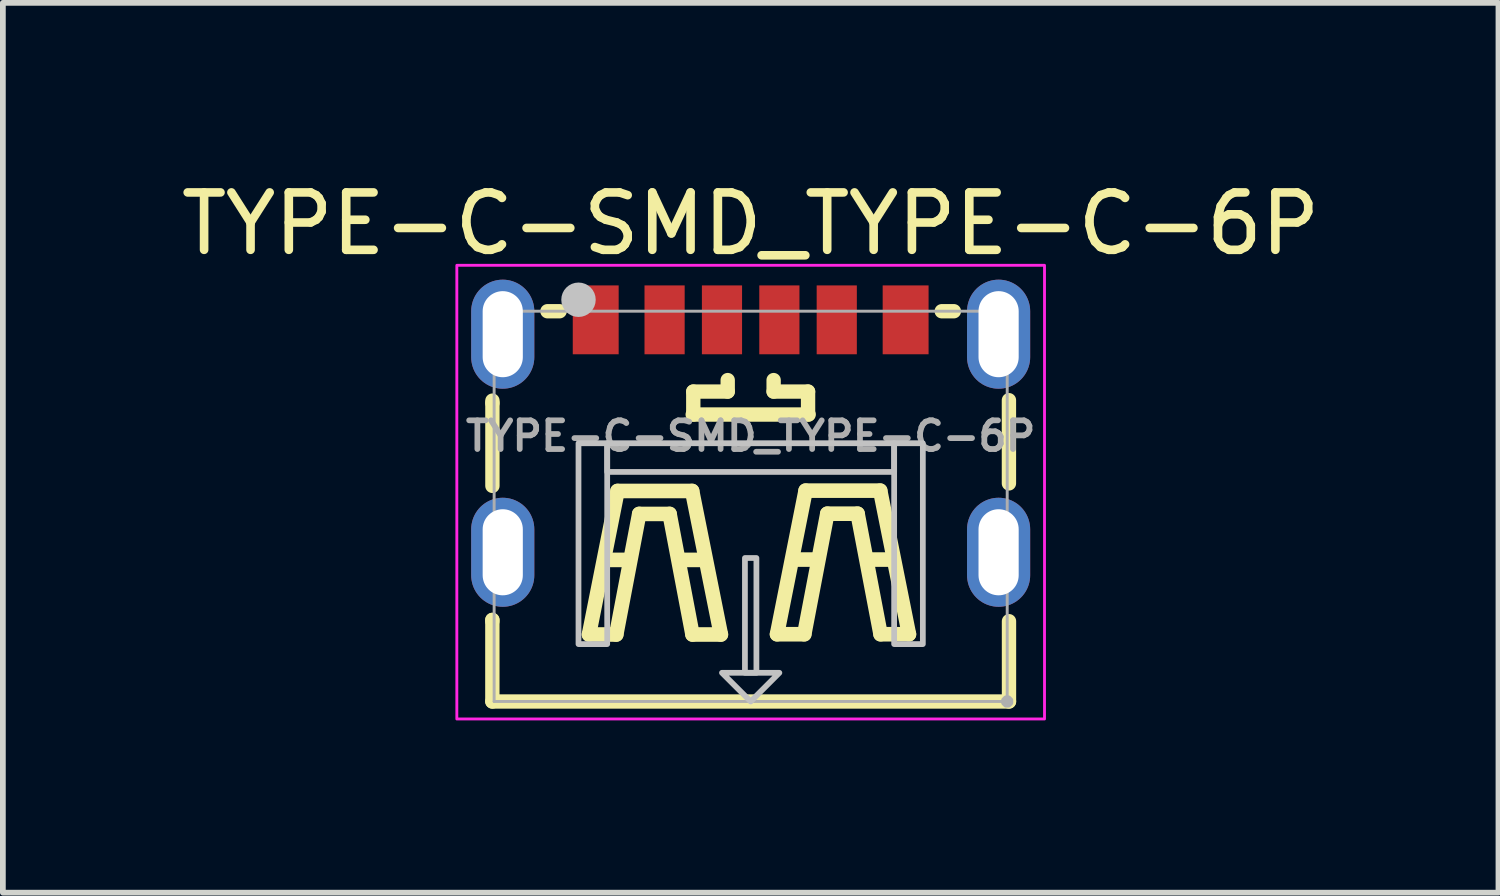
<source format=kicad_pcb>
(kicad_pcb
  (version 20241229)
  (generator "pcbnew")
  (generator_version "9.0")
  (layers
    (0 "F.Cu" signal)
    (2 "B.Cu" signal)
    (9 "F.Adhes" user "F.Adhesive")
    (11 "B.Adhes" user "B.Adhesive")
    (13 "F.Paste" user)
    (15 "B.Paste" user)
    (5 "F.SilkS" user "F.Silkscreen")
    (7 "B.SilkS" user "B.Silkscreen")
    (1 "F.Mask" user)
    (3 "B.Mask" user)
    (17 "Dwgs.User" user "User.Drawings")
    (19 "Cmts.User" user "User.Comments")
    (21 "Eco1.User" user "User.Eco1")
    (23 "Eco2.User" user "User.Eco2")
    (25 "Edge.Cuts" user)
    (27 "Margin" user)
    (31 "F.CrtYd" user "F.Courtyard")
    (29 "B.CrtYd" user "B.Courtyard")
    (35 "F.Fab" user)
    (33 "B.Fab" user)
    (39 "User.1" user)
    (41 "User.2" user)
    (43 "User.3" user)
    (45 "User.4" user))
  (footprint "TYPE-C-SMD_TYPE-C-6P"
    (layer "F.Cu")
    (at 10.03 4.548)
    (property "Reference" "TYPE-C-SMD_TYPE-C-6P" (at 0 -3.7 180) (layer "F.SilkS") (effects (font (size 1 1) (thickness 0.15))))
    (fp_line (start -4.501 3.204) (end -4.501 4.625) (stroke (width 0.25) (type default)) (layer "F.SilkS"))
    (fp_line (start -4.501 3.226) (end -4.501 3.204) (stroke (width 0.25) (type default)) (layer "F.SilkS"))
    (fp_line (start -4.501 4.625) (end 4.501 4.625) (stroke (width 0.25) (type default)) (layer "F.SilkS"))
    (fp_line (start -4.5 -0.575) (end -4.5 -0.617) (stroke (width 0.25) (type default)) (layer "F.SilkS"))
    (fp_line (start -4.5 -0.575) (end -4.5 0.868) (stroke (width 0.25) (type default)) (layer "F.SilkS"))
    (fp_line (start -3.541 -2.175) (end -3.329 -2.175) (stroke (width 0.25) (type default)) (layer "F.SilkS"))
    (fp_line (start -2.817 3.458) (end -2.32 0.957) (stroke (width 0.254) (type default)) (layer "F.SilkS"))
    (fp_line (start -2.518 2.158) (end -2.119 2.158) (stroke (width 0.254) (type default)) (layer "F.SilkS"))
    (fp_line (start -2.342 3.458) (end -2.817 3.458) (stroke (width 0.254) (type default)) (layer "F.SilkS"))
    (fp_line (start -2.32 0.957) (end -1.02 0.957) (stroke (width 0.254) (type default)) (layer "F.SilkS"))
    (fp_line (start -1.942 1.357) (end -2.342 3.458) (stroke (width 0.254) (type default)) (layer "F.SilkS"))
    (fp_line (start -1.413 1.357) (end -1.942 1.357) (stroke (width 0.254) (type default)) (layer "F.SilkS"))
    (fp_line (start -1.218 2.158) (end -0.819 2.158) (stroke (width 0.254) (type default)) (layer "F.SilkS"))
    (fp_line (start -1.02 0.957) (end -0.519 3.458) (stroke (width 0.254) (type default)) (layer "F.SilkS"))
    (fp_line (start -1.014 3.458) (end -1.413 1.357) (stroke (width 0.254) (type default)) (layer "F.SilkS"))
    (fp_line (start -1.01 -0.375) (end 1.01 -0.375) (stroke (width 0.25) (type default)) (layer "F.SilkS"))
    (fp_line (start -1 -0.775) (end -0.4 -0.775) (stroke (width 0.25) (type default)) (layer "F.SilkS"))
    (fp_line (start -1 -0.375) (end -1 -0.775) (stroke (width 0.25) (type default)) (layer "F.SilkS"))
    (fp_line (start -0.519 3.458) (end -1.014 3.458) (stroke (width 0.254) (type default)) (layer "F.SilkS"))
    (fp_line (start -0.4 -0.775) (end -0.4 -0.975) (stroke (width 0.25) (type default)) (layer "F.SilkS"))
    (fp_line (start 0.4 -0.775) (end 0.4 -0.975) (stroke (width 0.25) (type default)) (layer "F.SilkS"))
    (fp_line (start 0.459 3.453) (end 0.957 0.951) (stroke (width 0.254) (type default)) (layer "F.SilkS"))
    (fp_line (start 0.759 2.152) (end 1.157 2.152) (stroke (width 0.254) (type default)) (layer "F.SilkS"))
    (fp_line (start 0.934 3.453) (end 0.459 3.453) (stroke (width 0.254) (type default)) (layer "F.SilkS"))
    (fp_line (start 0.957 0.951) (end 2.257 0.951) (stroke (width 0.254) (type default)) (layer "F.SilkS"))
    (fp_line (start 1 -0.775) (end 0.4 -0.775) (stroke (width 0.25) (type default)) (layer "F.SilkS"))
    (fp_line (start 1 -0.375) (end 1 -0.775) (stroke (width 0.25) (type default)) (layer "F.SilkS"))
    (fp_line (start 1.335 1.353) (end 0.934 3.453) (stroke (width 0.254) (type default)) (layer "F.SilkS"))
    (fp_line (start 1.863 1.353) (end 1.335 1.353) (stroke (width 0.254) (type default)) (layer "F.SilkS"))
    (fp_line (start 2.058 2.152) (end 2.458 2.152) (stroke (width 0.254) (type default)) (layer "F.SilkS"))
    (fp_line (start 2.257 0.951) (end 2.758 3.453) (stroke (width 0.254) (type default)) (layer "F.SilkS"))
    (fp_line (start 2.263 3.453) (end 1.863 1.353) (stroke (width 0.254) (type default)) (layer "F.SilkS"))
    (fp_line (start 2.758 3.453) (end 2.263 3.453) (stroke (width 0.254) (type default)) (layer "F.SilkS"))
    (fp_line (start 3.329 -2.175) (end 3.541 -2.175) (stroke (width 0.25) (type default)) (layer "F.SilkS"))
    (fp_line (start 4.5 0.825) (end 4.5 -0.625) (stroke (width 0.25) (type default)) (layer "F.SilkS"))
    (fp_line (start 4.501 4.625) (end 4.501 3.226) (stroke (width 0.25) (type default)) (layer "F.SilkS"))
    (fp_poly (pts (xy -3.1 -2.4) (xy -2.3 -2.4) (xy -2.3 -1.4) (xy -3.1 -1.4)) (stroke (width 0) (type default)) (fill yes) (layer "F.Paste"))
    (fp_poly (pts (xy -1.85 -2.4) (xy -1.15 -2.4) (xy -1.15 -1.4) (xy -1.85 -1.4)) (stroke (width 0) (type default)) (fill yes) (layer "F.Paste"))
    (fp_poly (pts (xy -0.85 -2.4) (xy -0.15 -2.4) (xy -0.15 -1.4) (xy -0.85 -1.4)) (stroke (width 0) (type default)) (fill yes) (layer "F.Paste"))
    (fp_poly (pts (xy 0.15 -2.4) (xy 0.85 -2.4) (xy 0.85 -1.4) (xy 0.15 -1.4)) (stroke (width 0) (type default)) (fill yes) (layer "F.Paste"))
    (fp_poly (pts (xy 1.15 -2.4) (xy 1.85 -2.4) (xy 1.85 -1.4) (xy 1.15 -1.4)) (stroke (width 0) (type default)) (fill yes) (layer "F.Paste"))
    (fp_poly (pts (xy 2.3 -2.4) (xy 3.1 -2.4) (xy 3.1 -1.4) (xy 2.3 -1.4)) (stroke (width 0) (type default)) (fill yes) (layer "F.Paste"))
    (fp_poly (pts (xy -4.279 -2.724) (xy -4.306 -2.725) (xy -4.333 -2.725) (xy -4.361 -2.724) (xy -4.388 -2.721) (xy -4.415 -2.716) (xy -4.442 -2.712) (xy -4.469 -2.704) (xy -4.495 -2.696) (xy -4.521 -2.687) (xy -4.546 -2.676) (xy -4.571 -2.664) (xy -4.595 -2.651) (xy -4.619 -2.637) (xy -4.641 -2.622) (xy -4.663 -2.605) (xy -4.684 -2.587) (xy -4.704 -2.569) (xy -4.723 -2.549) (xy -4.741 -2.529) (xy -4.758 -2.507) (xy -4.774 -2.485) (xy -4.789 -2.462) (xy -4.803 -2.438) (xy -4.816 -2.413) (xy -4.827 -2.389) (xy -4.837 -2.363) (xy -4.846 -2.337) (xy -4.853 -2.311) (xy -4.859 -2.284) (xy -4.864 -2.257) (xy -4.867 -2.23) (xy -4.869 -2.203) (xy -4.87 -2.175) (xy -4.87 -1.375) (xy -4.869 -1.347) (xy -4.867 -1.321) (xy -4.864 -1.293) (xy -4.859 -1.266) (xy -4.853 -1.24) (xy -4.846 -1.213) (xy -4.837 -1.187) (xy -4.827 -1.161) (xy -4.816 -1.137) (xy -4.803 -1.112) (xy -4.789 -1.089) (xy -4.774 -1.065) (xy -4.758 -1.043) (xy -4.741 -1.022) (xy -4.723 -1.001) (xy -4.704 -0.982) (xy -4.684 -0.963) (xy -4.663 -0.945) (xy -4.641 -0.928) (xy -4.619 -0.913) (xy -4.595 -0.899) (xy -4.571 -0.885) (xy -4.546 -0.874) (xy -4.521 -0.863) (xy -4.495 -0.854) (xy -4.469 -0.846) (xy -4.442 -0.839) (xy -4.415 -0.834) (xy -4.388 -0.83) (xy -4.361 -0.827) (xy -4.333 -0.825) (xy -4.306 -0.825) (xy -4.279 -0.827) (xy -4.252 -0.83) (xy -4.224 -0.834) (xy -4.197 -0.839) (xy -4.171 -0.846) (xy -4.144 -0.854) (xy -4.119 -0.863) (xy -4.093 -0.874) (xy -4.069 -0.885) (xy -4.045 -0.899) (xy -4.021 -0.913) (xy -3.999 -0.928) (xy -3.977 -0.945) (xy -3.956 -0.963) (xy -3.936 -0.982) (xy -3.917 -1.001) (xy -3.898 -1.022) (xy -3.881 -1.043) (xy -3.865 -1.065) (xy -3.85 -1.089) (xy -3.837 -1.112) (xy -3.825 -1.137) (xy -3.813 -1.161) (xy -3.803 -1.187) (xy -3.795 -1.213) (xy -3.787 -1.24) (xy -3.781 -1.266) (xy -3.776 -1.293) (xy -3.772 -1.321) (xy -3.771 -1.347) (xy -3.77 -1.375) (xy -3.77 -2.175) (xy -3.771 -2.203) (xy -3.772 -2.23) (xy -3.776 -2.257) (xy -3.781 -2.284) (xy -3.787 -2.311) (xy -3.795 -2.337) (xy -3.803 -2.363) (xy -3.813 -2.389) (xy -3.825 -2.413) (xy -3.837 -2.438) (xy -3.85 -2.462) (xy -3.865 -2.485) (xy -3.881 -2.507) (xy -3.898 -2.529) (xy -3.917 -2.549) (xy -3.936 -2.569) (xy -3.956 -2.587) (xy -3.977 -2.605) (xy -3.999 -2.622) (xy -4.021 -2.637) (xy -4.045 -2.651) (xy -4.069 -2.664) (xy -4.093 -2.676) (xy -4.119 -2.687) (xy -4.144 -2.696) (xy -4.171 -2.704) (xy -4.197 -2.712) (xy -4.224 -2.716) (xy -4.252 -2.721)) (stroke (width 0) (type default)) (fill yes) (layer "F.Paste"))
    (fp_poly (pts (xy -4.279 1.077) (xy -4.306 1.075) (xy -4.333 1.075) (xy -4.361 1.077) (xy -4.388 1.079) (xy -4.415 1.083) (xy -4.442 1.089) (xy -4.469 1.095) (xy -4.495 1.103) (xy -4.521 1.113) (xy -4.546 1.123) (xy -4.571 1.135) (xy -4.595 1.149) (xy -4.619 1.163) (xy -4.641 1.179) (xy -4.663 1.195) (xy -4.684 1.212) (xy -4.704 1.232) (xy -4.723 1.251) (xy -4.741 1.272) (xy -4.758 1.293) (xy -4.774 1.315) (xy -4.789 1.338) (xy -4.803 1.362) (xy -4.816 1.387) (xy -4.827 1.411) (xy -4.837 1.437) (xy -4.846 1.463) (xy -4.853 1.49) (xy -4.859 1.516) (xy -4.864 1.543) (xy -4.867 1.571) (xy -4.869 1.597) (xy -4.87 1.625) (xy -4.87 2.425) (xy -4.869 2.453) (xy -4.867 2.48) (xy -4.864 2.507) (xy -4.859 2.534) (xy -4.853 2.561) (xy -4.846 2.587) (xy -4.837 2.613) (xy -4.827 2.639) (xy -4.816 2.663) (xy -4.803 2.688) (xy -4.789 2.712) (xy -4.774 2.735) (xy -4.758 2.757) (xy -4.741 2.779) (xy -4.723 2.799) (xy -4.704 2.818) (xy -4.684 2.837) (xy -4.663 2.855) (xy -4.641 2.872) (xy -4.619 2.887) (xy -4.595 2.901) (xy -4.571 2.914) (xy -4.546 2.926) (xy -4.521 2.937) (xy -4.495 2.946) (xy -4.469 2.954) (xy -4.442 2.961) (xy -4.415 2.966) (xy -4.388 2.971) (xy -4.361 2.974) (xy -4.333 2.975) (xy -4.306 2.975) (xy -4.279 2.974) (xy -4.252 2.971) (xy -4.224 2.966) (xy -4.197 2.961) (xy -4.171 2.954) (xy -4.144 2.946) (xy -4.119 2.937) (xy -4.093 2.926) (xy -4.069 2.914) (xy -4.045 2.901) (xy -4.021 2.887) (xy -3.999 2.872) (xy -3.977 2.855) (xy -3.956 2.837) (xy -3.936 2.818) (xy -3.917 2.799) (xy -3.898 2.779) (xy -3.881 2.757) (xy -3.865 2.735) (xy -3.85 2.712) (xy -3.837 2.688) (xy -3.825 2.663) (xy -3.813 2.639) (xy -3.803 2.613) (xy -3.795 2.587) (xy -3.787 2.561) (xy -3.781 2.534) (xy -3.776 2.507) (xy -3.772 2.48) (xy -3.771 2.453) (xy -3.77 2.425) (xy -3.77 1.625) (xy -3.771 1.597) (xy -3.772 1.571) (xy -3.776 1.543) (xy -3.781 1.516) (xy -3.787 1.49) (xy -3.795 1.463) (xy -3.803 1.437) (xy -3.813 1.411) (xy -3.825 1.387) (xy -3.837 1.362) (xy -3.85 1.338) (xy -3.865 1.315) (xy -3.881 1.293) (xy -3.898 1.272) (xy -3.917 1.251) (xy -3.936 1.232) (xy -3.956 1.212) (xy -3.977 1.195) (xy -3.999 1.179) (xy -4.021 1.163) (xy -4.045 1.149) (xy -4.069 1.135) (xy -4.093 1.123) (xy -4.119 1.113) (xy -4.144 1.103) (xy -4.171 1.095) (xy -4.197 1.089) (xy -4.224 1.083) (xy -4.252 1.079)) (stroke (width 0) (type default)) (fill yes) (layer "F.Paste"))
    (fp_poly (pts (xy 4.361 -2.724) (xy 4.333 -2.725) (xy 4.306 -2.725) (xy 4.279 -2.724) (xy 4.252 -2.721) (xy 4.224 -2.716) (xy 4.197 -2.712) (xy 4.171 -2.704) (xy 4.144 -2.696) (xy 4.119 -2.687) (xy 4.093 -2.676) (xy 4.069 -2.664) (xy 4.045 -2.651) (xy 4.021 -2.637) (xy 3.999 -2.622) (xy 3.977 -2.605) (xy 3.956 -2.587) (xy 3.936 -2.569) (xy 3.917 -2.549) (xy 3.898 -2.529) (xy 3.881 -2.507) (xy 3.865 -2.485) (xy 3.85 -2.462) (xy 3.837 -2.438) (xy 3.825 -2.413) (xy 3.813 -2.389) (xy 3.803 -2.363) (xy 3.795 -2.337) (xy 3.787 -2.311) (xy 3.781 -2.284) (xy 3.776 -2.257) (xy 3.772 -2.23) (xy 3.771 -2.203) (xy 3.77 -2.175) (xy 3.77 -1.375) (xy 3.771 -1.347) (xy 3.772 -1.321) (xy 3.776 -1.293) (xy 3.781 -1.266) (xy 3.787 -1.24) (xy 3.795 -1.213) (xy 3.803 -1.187) (xy 3.813 -1.161) (xy 3.825 -1.137) (xy 3.837 -1.112) (xy 3.85 -1.089) (xy 3.865 -1.065) (xy 3.881 -1.043) (xy 3.898 -1.022) (xy 3.917 -1.001) (xy 3.936 -0.982) (xy 3.956 -0.963) (xy 3.977 -0.945) (xy 3.999 -0.928) (xy 4.021 -0.913) (xy 4.045 -0.899) (xy 4.069 -0.885) (xy 4.093 -0.874) (xy 4.119 -0.863) (xy 4.144 -0.854) (xy 4.171 -0.846) (xy 4.197 -0.839) (xy 4.224 -0.834) (xy 4.252 -0.83) (xy 4.279 -0.827) (xy 4.306 -0.825) (xy 4.333 -0.825) (xy 4.361 -0.827) (xy 4.388 -0.83) (xy 4.415 -0.834) (xy 4.442 -0.839) (xy 4.469 -0.846) (xy 4.495 -0.854) (xy 4.521 -0.863) (xy 4.546 -0.874) (xy 4.571 -0.885) (xy 4.595 -0.899) (xy 4.619 -0.913) (xy 4.641 -0.928) (xy 4.663 -0.945) (xy 4.684 -0.963) (xy 4.704 -0.982) (xy 4.723 -1.001) (xy 4.741 -1.022) (xy 4.758 -1.043) (xy 4.774 -1.065) (xy 4.789 -1.089) (xy 4.803 -1.112) (xy 4.816 -1.137) (xy 4.827 -1.161) (xy 4.837 -1.187) (xy 4.846 -1.213) (xy 4.853 -1.24) (xy 4.859 -1.266) (xy 4.864 -1.293) (xy 4.867 -1.321) (xy 4.869 -1.347) (xy 4.87 -1.375) (xy 4.87 -2.175) (xy 4.869 -2.203) (xy 4.867 -2.23) (xy 4.864 -2.257) (xy 4.859 -2.284) (xy 4.853 -2.311) (xy 4.846 -2.337) (xy 4.837 -2.363) (xy 4.827 -2.389) (xy 4.816 -2.413) (xy 4.803 -2.438) (xy 4.789 -2.462) (xy 4.774 -2.485) (xy 4.758 -2.507) (xy 4.741 -2.529) (xy 4.723 -2.549) (xy 4.704 -2.569) (xy 4.684 -2.587) (xy 4.663 -2.605) (xy 4.641 -2.622) (xy 4.619 -2.637) (xy 4.595 -2.651) (xy 4.571 -2.664) (xy 4.546 -2.676) (xy 4.521 -2.687) (xy 4.495 -2.696) (xy 4.469 -2.704) (xy 4.442 -2.712) (xy 4.415 -2.716) (xy 4.388 -2.721)) (stroke (width 0) (type default)) (fill yes) (layer "F.Paste"))
    (fp_poly (pts (xy 4.361 1.077) (xy 4.333 1.075) (xy 4.306 1.075) (xy 4.279 1.077) (xy 4.252 1.079) (xy 4.224 1.083) (xy 4.197 1.089) (xy 4.171 1.095) (xy 4.144 1.103) (xy 4.119 1.113) (xy 4.093 1.123) (xy 4.069 1.135) (xy 4.045 1.149) (xy 4.021 1.163) (xy 3.999 1.179) (xy 3.977 1.195) (xy 3.956 1.212) (xy 3.936 1.232) (xy 3.917 1.251) (xy 3.898 1.272) (xy 3.881 1.293) (xy 3.865 1.315) (xy 3.85 1.338) (xy 3.837 1.362) (xy 3.825 1.387) (xy 3.813 1.411) (xy 3.803 1.437) (xy 3.795 1.463) (xy 3.787 1.49) (xy 3.781 1.516) (xy 3.776 1.543) (xy 3.772 1.571) (xy 3.771 1.597) (xy 3.77 1.625) (xy 3.77 2.425) (xy 3.771 2.453) (xy 3.772 2.48) (xy 3.776 2.507) (xy 3.781 2.534) (xy 3.787 2.561) (xy 3.795 2.587) (xy 3.803 2.613) (xy 3.813 2.639) (xy 3.825 2.663) (xy 3.837 2.688) (xy 3.85 2.712) (xy 3.865 2.735) (xy 3.881 2.757) (xy 3.898 2.779) (xy 3.917 2.799) (xy 3.936 2.818) (xy 3.956 2.837) (xy 3.977 2.855) (xy 3.999 2.872) (xy 4.021 2.887) (xy 4.045 2.901) (xy 4.069 2.914) (xy 4.093 2.926) (xy 4.119 2.937) (xy 4.144 2.946) (xy 4.171 2.954) (xy 4.197 2.961) (xy 4.224 2.966) (xy 4.252 2.971) (xy 4.279 2.974) (xy 4.306 2.975) (xy 4.333 2.975) (xy 4.361 2.974) (xy 4.388 2.971) (xy 4.415 2.966) (xy 4.442 2.961) (xy 4.469 2.954) (xy 4.495 2.946) (xy 4.521 2.937) (xy 4.546 2.926) (xy 4.571 2.914) (xy 4.595 2.901) (xy 4.619 2.887) (xy 4.641 2.872) (xy 4.663 2.855) (xy 4.684 2.837) (xy 4.704 2.818) (xy 4.723 2.799) (xy 4.741 2.779) (xy 4.758 2.757) (xy 4.774 2.735) (xy 4.789 2.712) (xy 4.803 2.688) (xy 4.816 2.663) (xy 4.827 2.639) (xy 4.837 2.613) (xy 4.846 2.587) (xy 4.853 2.561) (xy 4.859 2.534) (xy 4.864 2.507) (xy 4.867 2.48) (xy 4.869 2.453) (xy 4.87 2.425) (xy 4.87 1.625) (xy 4.869 1.597) (xy 4.867 1.571) (xy 4.864 1.543) (xy 4.859 1.516) (xy 4.853 1.49) (xy 4.846 1.463) (xy 4.837 1.437) (xy 4.827 1.411) (xy 4.816 1.387) (xy 4.803 1.362) (xy 4.789 1.338) (xy 4.774 1.315) (xy 4.758 1.293) (xy 4.741 1.272) (xy 4.723 1.251) (xy 4.704 1.232) (xy 4.684 1.212) (xy 4.663 1.195) (xy 4.641 1.179) (xy 4.619 1.163) (xy 4.595 1.149) (xy 4.571 1.135) (xy 4.546 1.123) (xy 4.521 1.113) (xy 4.495 1.103) (xy 4.469 1.095) (xy 4.442 1.089) (xy 4.415 1.083) (xy 4.388 1.079)) (stroke (width 0) (type default)) (fill yes) (layer "F.Paste"))
    (fp_circle (center -3 -2.375) (end -2.85 -2.375) (stroke (width 0.3) (type default)) (fill no) (layer "Dwgs.User"))
    (fp_poly (pts (xy -0.5 4.125) (xy 0.5 4.125) (xy 0 4.625)) (stroke (width 0.1) (type default)) (fill no) (layer "Dwgs.User"))
    (fp_poly (pts (xy -3 3.625) (xy -3 0.125) (xy -2.5 0.125) (xy -2.5 3.625)) (stroke (width 0.1) (type default)) (fill no) (layer "Dwgs.User"))
    (fp_poly (pts (xy -2.5 0.125) (xy 2.5 0.125) (xy 2.5 0.625) (xy -2.5 0.625)) (stroke (width 0.1) (type default)) (fill no) (layer "Dwgs.User"))
    (fp_poly (pts (xy 3 3.625) (xy 3 0.125) (xy 2.5 0.125) (xy 2.5 3.625)) (stroke (width 0.1) (type default)) (fill no) (layer "Dwgs.User"))
    (fp_poly (pts (xy 0 4.125) (xy -0.1 4.125) (xy -0.1 2.125) (xy 0.1 2.125) (xy 0.1 4.125)) (stroke (width 0.1) (type default)) (fill no) (layer "Dwgs.User"))
    (fp_rect (start -5.12 -2.975) (end 5.12 4.93) (stroke (width 0.05) (type default)) (fill no) (layer "F.CrtYd"))
    (fp_line (start -4.47 -2.175) (end 4.47 -2.175) (stroke (width 0.051) (type default)) (layer "F.Fab"))
    (fp_line (start -4.47 4.625) (end -4.47 -2.175) (stroke (width 0.051) (type default)) (layer "F.Fab"))
    (fp_line (start 4.47 -2.175) (end 4.47 4.625) (stroke (width 0.051) (type default)) (layer "F.Fab"))
    (fp_line (start 4.47 4.625) (end -4.47 4.625) (stroke (width 0.051) (type default)) (layer "F.Fab"))
    (fp_poly (pts (xy 4.525 4.602) (xy 4.493 4.57) (xy 4.447 4.57) (xy 4.415 4.602) (xy 4.415 4.648) (xy 4.447 4.68) (xy 4.493 4.68) (xy 4.525 4.648)) (stroke (width 0.1) (type default)) (fill no) (layer "F.Fab"))
    (fp_poly (pts (xy -4.47 -2.175) (xy -4.17 -2.175) (xy -4.17 -1.375) (xy -4.47 -1.375)) (stroke (width 0.1) (type default)) (fill no) (layer "User.1"))
    (fp_poly (pts (xy -4.47 1.625) (xy -4.17 1.625) (xy -4.17 2.425) (xy -4.47 2.425)) (stroke (width 0.1) (type default)) (fill no) (layer "User.1"))
    (fp_poly (pts (xy -3 -2.15) (xy -2.4 -2.15) (xy -2.4 -1.4) (xy -3 -1.4)) (stroke (width 0.1) (type default)) (fill no) (layer "User.1"))
    (fp_poly (pts (xy -1.78 -2.15) (xy -1.22 -2.15) (xy -1.22 -1.4) (xy -1.78 -1.4)) (stroke (width 0.1) (type default)) (fill no) (layer "User.1"))
    (fp_poly (pts (xy -0.76 -2.15) (xy -0.24 -2.15) (xy -0.24 -1.4) (xy -0.76 -1.4)) (stroke (width 0.1) (type default)) (fill no) (layer "User.1"))
    (fp_poly (pts (xy 0.24 -2.15) (xy 0.76 -2.15) (xy 0.76 -1.4) (xy 0.24 -1.4)) (stroke (width 0.1) (type default)) (fill no) (layer "User.1"))
    (fp_poly (pts (xy 1.22 -2.15) (xy 1.78 -2.15) (xy 1.78 -1.4) (xy 1.22 -1.4)) (stroke (width 0.1) (type default)) (fill no) (layer "User.1"))
    (fp_poly (pts (xy 2.4 -2.15) (xy 3 -2.15) (xy 3 -1.4) (xy 2.4 -1.4)) (stroke (width 0.1) (type default)) (fill no) (layer "User.1"))
    (fp_poly (pts (xy 4.17 -2.175) (xy 4.47 -2.175) (xy 4.47 -1.375) (xy 4.17 -1.375)) (stroke (width 0.1) (type default)) (fill no) (layer "User.1"))
    (fp_poly (pts (xy 4.17 1.625) (xy 4.47 1.625) (xy 4.47 2.425) (xy 4.17 2.425)) (stroke (width 0.1) (type default)) (fill no) (layer "User.1"))
    (fp_text user "${REFERENCE}" (at 0 0 180) (layer "F.Fab") (effects (font (size 0.5 0.5) (thickness 0.1))))
    (pad "7" thru_hole oval (at -4.32 -1.775) (size 1.1 1.9) (drill oval 0.7 1.5) (layers "*.Cu" "*.Mask"))
    (pad "7" thru_hole oval (at -4.32 2.025) (size 1.1 1.9) (drill oval 0.7 1.5) (layers "*.Cu" "*.Mask"))
    (pad "7" thru_hole oval (at 4.32 -1.775) (size 1.1 1.9) (drill oval 0.7 1.5) (layers "*.Cu" "*.Mask"))
    (pad "7" thru_hole oval (at 4.32 2.025) (size 1.1 1.9) (drill oval 0.7 1.5) (layers "*.Cu" "*.Mask"))
    (pad "A5" smd rect (at -0.5 -2.025) (size 0.7 1.2) (layers "F.Cu" "F.Mask" "F.Paste"))
    (pad "A9" smd rect (at 1.5 -2.025) (size 0.7 1.2) (layers "F.Cu" "F.Mask" "F.Paste"))
    (pad "A12" smd rect (at 2.7 -2.025) (size 0.8 1.2) (layers "F.Cu" "F.Mask" "F.Paste"))
    (pad "B5" smd rect (at 0.5 -2.025) (size 0.7 1.2) (layers "F.Cu" "F.Mask" "F.Paste"))
    (pad "B9" smd rect (at -1.5 -2.025) (size 0.7 1.2) (layers "F.Cu" "F.Mask" "F.Paste"))
    (pad "B12" smd rect (at -2.7 -2.025) (size 0.8 1.2) (layers "F.Cu" "F.Mask" "F.Paste")))
  (gr_rect
    (start -3 -3)
    (end 23.06 12.504)
    (stroke (width 0.1) (type default))
    (fill no)
    (layer "Edge.Cuts")))
</source>
